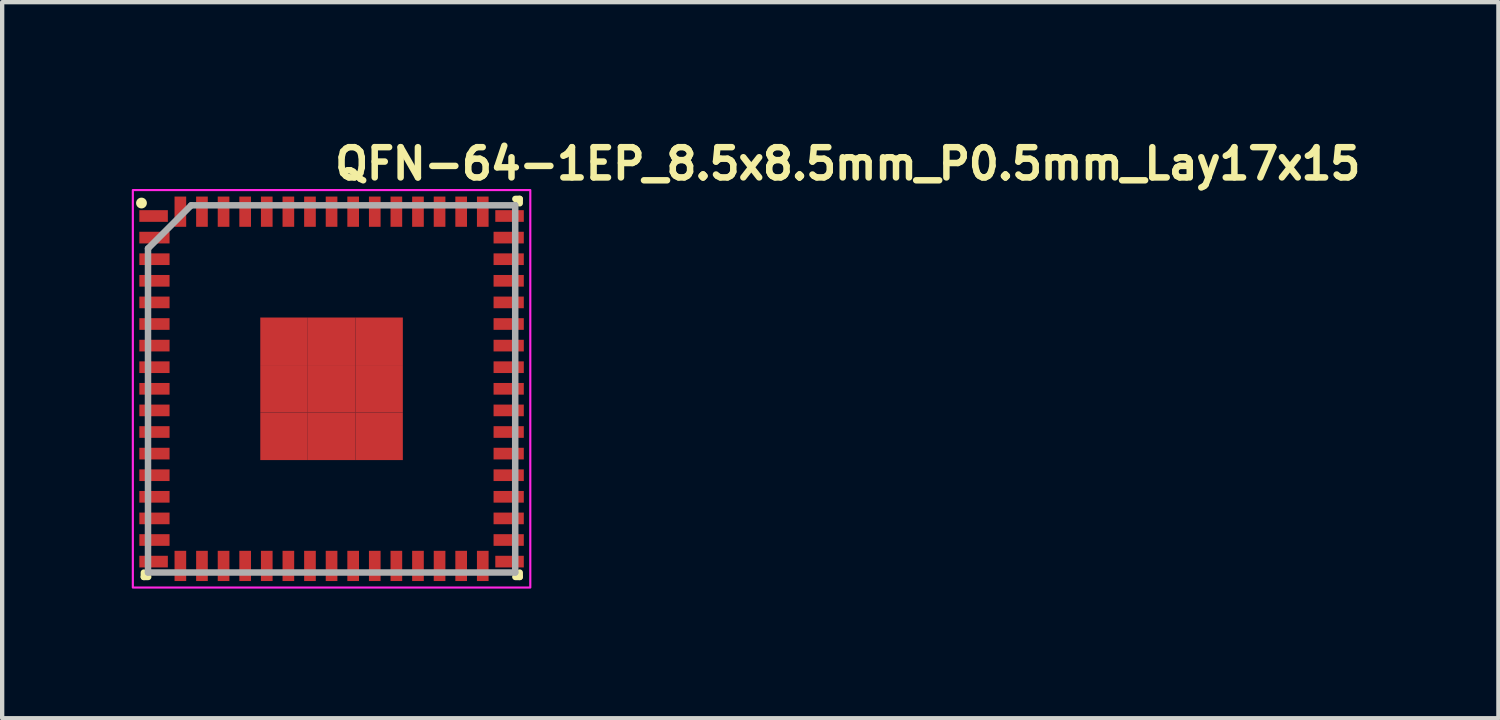
<source format=kicad_pcb>
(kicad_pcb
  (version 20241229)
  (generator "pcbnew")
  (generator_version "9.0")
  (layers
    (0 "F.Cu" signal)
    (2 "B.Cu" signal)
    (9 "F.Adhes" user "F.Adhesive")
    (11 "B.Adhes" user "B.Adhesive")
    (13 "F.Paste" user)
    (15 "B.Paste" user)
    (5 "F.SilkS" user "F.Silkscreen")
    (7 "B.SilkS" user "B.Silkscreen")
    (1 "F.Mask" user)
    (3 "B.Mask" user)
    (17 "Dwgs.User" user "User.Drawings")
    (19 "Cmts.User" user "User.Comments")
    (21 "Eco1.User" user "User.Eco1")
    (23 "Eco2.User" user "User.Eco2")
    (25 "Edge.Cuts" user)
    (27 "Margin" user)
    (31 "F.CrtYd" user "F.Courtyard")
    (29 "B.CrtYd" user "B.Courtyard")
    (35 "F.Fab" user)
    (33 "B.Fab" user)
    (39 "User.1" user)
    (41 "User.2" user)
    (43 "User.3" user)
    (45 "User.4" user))
  (footprint "QFN-64-1EP_8.5x8.5mm_P0.5mm_Lay17x15"
    (layer "F.Cu")
    (at 4.625 5.95)
    (property "Reference" "QFN-64-1EP_8.5x8.5mm_P0.5mm_Lay17x15" (at 0 -4.8 0) (unlocked yes) (layer "F.SilkS") (effects (font (size 0.7 0.7) (thickness 0.15)) (justify left bottom)))
    (attr smd)
    (fp_line (start -4.345 4.355) (end -4.345 4.255) (stroke (width 0.15) (type solid)) (layer "F.SilkS"))
    (fp_line (start -4.245 4.355) (end -4.345 4.355) (stroke (width 0.15) (type solid)) (layer "F.SilkS"))
    (fp_line (start 4.255 -4.395) (end 4.355 -4.395) (stroke (width 0.15) (type solid)) (layer "F.SilkS"))
    (fp_line (start 4.255 4.355) (end 4.355 4.355) (stroke (width 0.15) (type solid)) (layer "F.SilkS"))
    (fp_line (start 4.355 -4.395) (end 4.355 -4.295) (stroke (width 0.15) (type solid)) (layer "F.SilkS"))
    (fp_line (start 4.355 4.355) (end 4.355 4.255) (stroke (width 0.15) (type solid)) (layer "F.SilkS"))
    (fp_circle (center -4.4 -4.3) (end -4.35 -4.3) (stroke (width 0.15) (type solid)) (fill yes) (layer "F.SilkS"))
    (fp_rect (start -4.6 -4.6) (end 4.6 4.6) (stroke (width 0.05) (type solid)) (fill no) (layer "F.CrtYd"))
    (fp_line (start -4.249 -3.248) (end -4.249 4.252) (stroke (width 0.15) (type solid)) (layer "F.Fab"))
    (fp_line (start -4.249 4.252) (end 4.251 4.252) (stroke (width 0.15) (type solid)) (layer "F.Fab"))
    (fp_line (start -3.249 -4.248) (end -4.249 -3.248) (stroke (width 0.15) (type solid)) (layer "F.Fab"))
    (fp_line (start 4.251 -4.248) (end -3.249 -4.248) (stroke (width 0.15) (type solid)) (layer "F.Fab"))
    (fp_line (start 4.251 4.252) (end 4.251 -4.248) (stroke (width 0.15) (type solid)) (layer "F.Fab"))
    (fp_rect (start -4.25 -4.25) (end 4.25 4.25) (stroke (width 0.1) (type solid)) (fill no) (layer "User.5"))
    (fp_line (start -4.25 -4.125) (end -4.25 -3.875) (stroke (width 0.02) (type solid)) (layer "User.9"))
    (fp_line (start -4.25 -3.875) (end -4.24 -3.875) (stroke (width 0.02) (type solid)) (layer "User.9"))
    (fp_line (start -4.25 -3.625) (end -4.25 -3.375) (stroke (width 0.02) (type solid)) (layer "User.9"))
    (fp_line (start -4.25 -3.375) (end -4.24 -3.375) (stroke (width 0.02) (type solid)) (layer "User.9"))
    (fp_line (start -4.25 -3.125) (end -4.25 -2.875) (stroke (width 0.02) (type solid)) (layer "User.9"))
    (fp_line (start -4.25 -2.875) (end -4.24 -2.875) (stroke (width 0.02) (type solid)) (layer "User.9"))
    (fp_line (start -4.25 -2.625) (end -4.25 -2.375) (stroke (width 0.02) (type solid)) (layer "User.9"))
    (fp_line (start -4.25 -2.375) (end -4.24 -2.375) (stroke (width 0.02) (type solid)) (layer "User.9"))
    (fp_line (start -4.25 -2.125) (end -4.25 -1.875) (stroke (width 0.02) (type solid)) (layer "User.9"))
    (fp_line (start -4.25 -1.875) (end -4.24 -1.875) (stroke (width 0.02) (type solid)) (layer "User.9"))
    (fp_line (start -4.25 -1.625) (end -4.25 -1.375) (stroke (width 0.02) (type solid)) (layer "User.9"))
    (fp_line (start -4.25 -1.375) (end -4.24 -1.375) (stroke (width 0.02) (type solid)) (layer "User.9"))
    (fp_line (start -4.25 -1.125) (end -4.25 -0.875) (stroke (width 0.02) (type solid)) (layer "User.9"))
    (fp_line (start -4.25 -0.875) (end -4.24 -0.875) (stroke (width 0.02) (type solid)) (layer "User.9"))
    (fp_line (start -4.25 -0.625) (end -4.25 -0.375) (stroke (width 0.02) (type solid)) (layer "User.9"))
    (fp_line (start -4.25 -0.375) (end -4.24 -0.375) (stroke (width 0.02) (type solid)) (layer "User.9"))
    (fp_line (start -4.25 -0.125) (end -4.25 0.125) (stroke (width 0.02) (type solid)) (layer "User.9"))
    (fp_line (start -4.25 0.125) (end -4.24 0.125) (stroke (width 0.02) (type solid)) (layer "User.9"))
    (fp_line (start -4.25 0.375) (end -4.25 0.625) (stroke (width 0.02) (type solid)) (layer "User.9"))
    (fp_line (start -4.25 0.625) (end -4.24 0.625) (stroke (width 0.02) (type solid)) (layer "User.9"))
    (fp_line (start -4.25 0.875) (end -4.25 1.125) (stroke (width 0.02) (type solid)) (layer "User.9"))
    (fp_line (start -4.25 1.125) (end -4.24 1.125) (stroke (width 0.02) (type solid)) (layer "User.9"))
    (fp_line (start -4.25 1.375) (end -4.25 1.625) (stroke (width 0.02) (type solid)) (layer "User.9"))
    (fp_line (start -4.25 1.625) (end -4.24 1.625) (stroke (width 0.02) (type solid)) (layer "User.9"))
    (fp_line (start -4.25 1.875) (end -4.25 2.125) (stroke (width 0.02) (type solid)) (layer "User.9"))
    (fp_line (start -4.25 2.125) (end -4.24 2.125) (stroke (width 0.02) (type solid)) (layer "User.9"))
    (fp_line (start -4.25 2.375) (end -4.25 2.625) (stroke (width 0.02) (type solid)) (layer "User.9"))
    (fp_line (start -4.25 2.625) (end -4.24 2.625) (stroke (width 0.02) (type solid)) (layer "User.9"))
    (fp_line (start -4.25 2.875) (end -4.25 3.125) (stroke (width 0.02) (type solid)) (layer "User.9"))
    (fp_line (start -4.25 3.125) (end -4.24 3.125) (stroke (width 0.02) (type solid)) (layer "User.9"))
    (fp_line (start -4.25 3.375) (end -4.25 3.625) (stroke (width 0.02) (type solid)) (layer "User.9"))
    (fp_line (start -4.25 3.625) (end -4.24 3.625) (stroke (width 0.02) (type solid)) (layer "User.9"))
    (fp_line (start -4.25 3.875) (end -4.25 4.125) (stroke (width 0.02) (type solid)) (layer "User.9"))
    (fp_line (start -4.25 4.125) (end -4.24 4.125) (stroke (width 0.02) (type solid)) (layer "User.9"))
    (fp_line (start -4.24 -4.24) (end -4.24 4.24) (stroke (width 0.02) (type solid)) (layer "User.9"))
    (fp_line (start -4.24 -4.24) (end 4.24 -4.24) (stroke (width 0.02) (type solid)) (layer "User.9"))
    (fp_line (start -4.24 -4.125) (end -4.25 -4.125) (stroke (width 0.02) (type solid)) (layer "User.9"))
    (fp_line (start -4.24 -3.625) (end -4.25 -3.625) (stroke (width 0.02) (type solid)) (layer "User.9"))
    (fp_line (start -4.24 -3.125) (end -4.25 -3.125) (stroke (width 0.02) (type solid)) (layer "User.9"))
    (fp_line (start -4.24 -2.625) (end -4.25 -2.625) (stroke (width 0.02) (type solid)) (layer "User.9"))
    (fp_line (start -4.24 -2.125) (end -4.25 -2.125) (stroke (width 0.02) (type solid)) (layer "User.9"))
    (fp_line (start -4.24 -1.625) (end -4.25 -1.625) (stroke (width 0.02) (type solid)) (layer "User.9"))
    (fp_line (start -4.24 -1.125) (end -4.25 -1.125) (stroke (width 0.02) (type solid)) (layer "User.9"))
    (fp_line (start -4.24 -0.625) (end -4.25 -0.625) (stroke (width 0.02) (type solid)) (layer "User.9"))
    (fp_line (start -4.24 -0.125) (end -4.25 -0.125) (stroke (width 0.02) (type solid)) (layer "User.9"))
    (fp_line (start -4.24 0.375) (end -4.25 0.375) (stroke (width 0.02) (type solid)) (layer "User.9"))
    (fp_line (start -4.24 0.875) (end -4.25 0.875) (stroke (width 0.02) (type solid)) (layer "User.9"))
    (fp_line (start -4.24 1.375) (end -4.25 1.375) (stroke (width 0.02) (type solid)) (layer "User.9"))
    (fp_line (start -4.24 1.875) (end -4.25 1.875) (stroke (width 0.02) (type solid)) (layer "User.9"))
    (fp_line (start -4.24 2.375) (end -4.25 2.375) (stroke (width 0.02) (type solid)) (layer "User.9"))
    (fp_line (start -4.24 2.875) (end -4.25 2.875) (stroke (width 0.02) (type solid)) (layer "User.9"))
    (fp_line (start -4.24 3.375) (end -4.25 3.375) (stroke (width 0.02) (type solid)) (layer "User.9"))
    (fp_line (start -4.24 3.875) (end -4.25 3.875) (stroke (width 0.02) (type solid)) (layer "User.9"))
    (fp_line (start -4.24 4.24) (end 4.24 4.24) (stroke (width 0.02) (type solid)) (layer "User.9"))
    (fp_line (start -3.8 -3.563) (end -3.8 -3.55) (stroke (width 0.02) (type solid)) (layer "User.9"))
    (fp_line (start -3.8 -3.55) (end -3.8 -3.537) (stroke (width 0.02) (type solid)) (layer "User.9"))
    (fp_line (start -3.8 -3.537) (end -3.799 -3.524) (stroke (width 0.02) (type solid)) (layer "User.9"))
    (fp_line (start -3.799 -3.576) (end -3.8 -3.563) (stroke (width 0.02) (type solid)) (layer "User.9"))
    (fp_line (start -3.799 -3.524) (end -3.797 -3.512) (stroke (width 0.02) (type solid)) (layer "User.9"))
    (fp_line (start -3.797 -3.588) (end -3.799 -3.576) (stroke (width 0.02) (type solid)) (layer "User.9"))
    (fp_line (start -3.797 -3.512) (end -3.795 -3.5) (stroke (width 0.02) (type solid)) (layer "User.9"))
    (fp_line (start -3.795 -3.6) (end -3.797 -3.588) (stroke (width 0.02) (type solid)) (layer "User.9"))
    (fp_line (start -3.795 -3.5) (end -3.792 -3.488) (stroke (width 0.02) (type solid)) (layer "User.9"))
    (fp_line (start -3.792 -3.612) (end -3.795 -3.6) (stroke (width 0.02) (type solid)) (layer "User.9"))
    (fp_line (start -3.792 -3.488) (end -3.789 -3.476) (stroke (width 0.02) (type solid)) (layer "User.9"))
    (fp_line (start -3.789 -3.624) (end -3.792 -3.612) (stroke (width 0.02) (type solid)) (layer "User.9"))
    (fp_line (start -3.789 -3.476) (end -3.785 -3.464) (stroke (width 0.02) (type solid)) (layer "User.9"))
    (fp_line (start -3.785 -3.636) (end -3.789 -3.624) (stroke (width 0.02) (type solid)) (layer "User.9"))
    (fp_line (start -3.785 -3.464) (end -3.78 -3.453) (stroke (width 0.02) (type solid)) (layer "User.9"))
    (fp_line (start -3.78 -3.647) (end -3.785 -3.636) (stroke (width 0.02) (type solid)) (layer "User.9"))
    (fp_line (start -3.78 -3.453) (end -3.775 -3.442) (stroke (width 0.02) (type solid)) (layer "User.9"))
    (fp_line (start -3.775 -3.658) (end -3.78 -3.647) (stroke (width 0.02) (type solid)) (layer "User.9"))
    (fp_line (start -3.775 -3.442) (end -3.77 -3.431) (stroke (width 0.02) (type solid)) (layer "User.9"))
    (fp_line (start -3.77 -3.669) (end -3.775 -3.658) (stroke (width 0.02) (type solid)) (layer "User.9"))
    (fp_line (start -3.77 -3.431) (end -3.764 -3.42) (stroke (width 0.02) (type solid)) (layer "User.9"))
    (fp_line (start -3.764 -3.68) (end -3.77 -3.669) (stroke (width 0.02) (type solid)) (layer "User.9"))
    (fp_line (start -3.764 -3.42) (end -3.757 -3.41) (stroke (width 0.02) (type solid)) (layer "User.9"))
    (fp_line (start -3.757 -3.69) (end -3.764 -3.68) (stroke (width 0.02) (type solid)) (layer "User.9"))
    (fp_line (start -3.757 -3.41) (end -3.75 -3.4) (stroke (width 0.02) (type solid)) (layer "User.9"))
    (fp_line (start -3.75 -3.7) (end -3.757 -3.69) (stroke (width 0.02) (type solid)) (layer "User.9"))
    (fp_line (start -3.75 -3.4) (end -3.743 -3.391) (stroke (width 0.02) (type solid)) (layer "User.9"))
    (fp_line (start -3.743 -3.709) (end -3.75 -3.7) (stroke (width 0.02) (type solid)) (layer "User.9"))
    (fp_line (start -3.743 -3.391) (end -3.735 -3.382) (stroke (width 0.02) (type solid)) (layer "User.9"))
    (fp_line (start -3.735 -3.718) (end -3.743 -3.709) (stroke (width 0.02) (type solid)) (layer "User.9"))
    (fp_line (start -3.735 -3.382) (end -3.727 -3.373) (stroke (width 0.02) (type solid)) (layer "User.9"))
    (fp_line (start -3.727 -3.727) (end -3.735 -3.718) (stroke (width 0.02) (type solid)) (layer "User.9"))
    (fp_line (start -3.727 -3.373) (end -3.718 -3.365) (stroke (width 0.02) (type solid)) (layer "User.9"))
    (fp_line (start -3.718 -3.735) (end -3.727 -3.727) (stroke (width 0.02) (type solid)) (layer "User.9"))
    (fp_line (start -3.718 -3.365) (end -3.709 -3.357) (stroke (width 0.02) (type solid)) (layer "User.9"))
    (fp_line (start -3.709 -3.743) (end -3.718 -3.735) (stroke (width 0.02) (type solid)) (layer "User.9"))
    (fp_line (start -3.709 -3.357) (end -3.7 -3.35) (stroke (width 0.02) (type solid)) (layer "User.9"))
    (fp_line (start -3.7 -3.75) (end -3.709 -3.743) (stroke (width 0.02) (type solid)) (layer "User.9"))
    (fp_line (start -3.7 -3.35) (end -3.69 -3.343) (stroke (width 0.02) (type solid)) (layer "User.9"))
    (fp_line (start -3.69 -3.757) (end -3.7 -3.75) (stroke (width 0.02) (type solid)) (layer "User.9"))
    (fp_line (start -3.69 -3.343) (end -3.68 -3.336) (stroke (width 0.02) (type solid)) (layer "User.9"))
    (fp_line (start -3.68 -3.764) (end -3.69 -3.757) (stroke (width 0.02) (type solid)) (layer "User.9"))
    (fp_line (start -3.68 -3.336) (end -3.669 -3.33) (stroke (width 0.02) (type solid)) (layer "User.9"))
    (fp_line (start -3.669 -3.77) (end -3.68 -3.764) (stroke (width 0.02) (type solid)) (layer "User.9"))
    (fp_line (start -3.669 -3.33) (end -3.658 -3.325) (stroke (width 0.02) (type solid)) (layer "User.9"))
    (fp_line (start -3.658 -3.775) (end -3.669 -3.77) (stroke (width 0.02) (type solid)) (layer "User.9"))
    (fp_line (start -3.658 -3.325) (end -3.647 -3.32) (stroke (width 0.02) (type solid)) (layer "User.9"))
    (fp_line (start -3.647 -3.78) (end -3.658 -3.775) (stroke (width 0.02) (type solid)) (layer "User.9"))
    (fp_line (start -3.647 -3.32) (end -3.636 -3.315) (stroke (width 0.02) (type solid)) (layer "User.9"))
    (fp_line (start -3.636 -3.785) (end -3.647 -3.78) (stroke (width 0.02) (type solid)) (layer "User.9"))
    (fp_line (start -3.636 -3.315) (end -3.624 -3.311) (stroke (width 0.02) (type solid)) (layer "User.9"))
    (fp_line (start -3.625 -4.25) (end -3.625 -4.24) (stroke (width 0.02) (type solid)) (layer "User.9"))
    (fp_line (start -3.625 4.24) (end -3.625 4.25) (stroke (width 0.02) (type solid)) (layer "User.9"))
    (fp_line (start -3.625 4.25) (end -3.375 4.25) (stroke (width 0.02) (type solid)) (layer "User.9"))
    (fp_line (start -3.624 -3.789) (end -3.636 -3.785) (stroke (width 0.02) (type solid)) (layer "User.9"))
    (fp_line (start -3.624 -3.311) (end -3.612 -3.308) (stroke (width 0.02) (type solid)) (layer "User.9"))
    (fp_line (start -3.612 -3.792) (end -3.624 -3.789) (stroke (width 0.02) (type solid)) (layer "User.9"))
    (fp_line (start -3.612 -3.308) (end -3.6 -3.305) (stroke (width 0.02) (type solid)) (layer "User.9"))
    (fp_line (start -3.6 -3.795) (end -3.612 -3.792) (stroke (width 0.02) (type solid)) (layer "User.9"))
    (fp_line (start -3.6 -3.305) (end -3.588 -3.303) (stroke (width 0.02) (type solid)) (layer "User.9"))
    (fp_line (start -3.588 -3.797) (end -3.6 -3.795) (stroke (width 0.02) (type solid)) (layer "User.9"))
    (fp_line (start -3.588 -3.303) (end -3.576 -3.301) (stroke (width 0.02) (type solid)) (layer "User.9"))
    (fp_line (start -3.576 -3.799) (end -3.588 -3.797) (stroke (width 0.02) (type solid)) (layer "User.9"))
    (fp_line (start -3.576 -3.301) (end -3.563 -3.3) (stroke (width 0.02) (type solid)) (layer "User.9"))
    (fp_line (start -3.563 -3.8) (end -3.576 -3.799) (stroke (width 0.02) (type solid)) (layer "User.9"))
    (fp_line (start -3.563 -3.3) (end -3.55 -3.3) (stroke (width 0.02) (type solid)) (layer "User.9"))
    (fp_line (start -3.55 -3.8) (end -3.563 -3.8) (stroke (width 0.02) (type solid)) (layer "User.9"))
    (fp_line (start -3.55 -3.3) (end -3.537 -3.3) (stroke (width 0.02) (type solid)) (layer "User.9"))
    (fp_line (start -3.537 -3.8) (end -3.55 -3.8) (stroke (width 0.02) (type solid)) (layer "User.9"))
    (fp_line (start -3.537 -3.3) (end -3.524 -3.301) (stroke (width 0.02) (type solid)) (layer "User.9"))
    (fp_line (start -3.524 -3.799) (end -3.537 -3.8) (stroke (width 0.02) (type solid)) (layer "User.9"))
    (fp_line (start -3.524 -3.301) (end -3.512 -3.303) (stroke (width 0.02) (type solid)) (layer "User.9"))
    (fp_line (start -3.512 -3.797) (end -3.524 -3.799) (stroke (width 0.02) (type solid)) (layer "User.9"))
    (fp_line (start -3.512 -3.303) (end -3.5 -3.305) (stroke (width 0.02) (type solid)) (layer "User.9"))
    (fp_line (start -3.5 -3.795) (end -3.512 -3.797) (stroke (width 0.02) (type solid)) (layer "User.9"))
    (fp_line (start -3.5 -3.305) (end -3.488 -3.308) (stroke (width 0.02) (type solid)) (layer "User.9"))
    (fp_line (start -3.488 -3.792) (end -3.5 -3.795) (stroke (width 0.02) (type solid)) (layer "User.9"))
    (fp_line (start -3.488 -3.308) (end -3.476 -3.311) (stroke (width 0.02) (type solid)) (layer "User.9"))
    (fp_line (start -3.476 -3.789) (end -3.488 -3.792) (stroke (width 0.02) (type solid)) (layer "User.9"))
    (fp_line (start -3.476 -3.311) (end -3.464 -3.315) (stroke (width 0.02) (type solid)) (layer "User.9"))
    (fp_line (start -3.464 -3.785) (end -3.476 -3.789) (stroke (width 0.02) (type solid)) (layer "User.9"))
    (fp_line (start -3.464 -3.315) (end -3.453 -3.32) (stroke (width 0.02) (type solid)) (layer "User.9"))
    (fp_line (start -3.453 -3.78) (end -3.464 -3.785) (stroke (width 0.02) (type solid)) (layer "User.9"))
    (fp_line (start -3.453 -3.32) (end -3.442 -3.325) (stroke (width 0.02) (type solid)) (layer "User.9"))
    (fp_line (start -3.442 -3.775) (end -3.453 -3.78) (stroke (width 0.02) (type solid)) (layer "User.9"))
    (fp_line (start -3.442 -3.325) (end -3.431 -3.33) (stroke (width 0.02) (type solid)) (layer "User.9"))
    (fp_line (start -3.431 -3.77) (end -3.442 -3.775) (stroke (width 0.02) (type solid)) (layer "User.9"))
    (fp_line (start -3.431 -3.33) (end -3.42 -3.336) (stroke (width 0.02) (type solid)) (layer "User.9"))
    (fp_line (start -3.42 -3.764) (end -3.431 -3.77) (stroke (width 0.02) (type solid)) (layer "User.9"))
    (fp_line (start -3.42 -3.336) (end -3.41 -3.343) (stroke (width 0.02) (type solid)) (layer "User.9"))
    (fp_line (start -3.41 -3.757) (end -3.42 -3.764) (stroke (width 0.02) (type solid)) (layer "User.9"))
    (fp_line (start -3.41 -3.343) (end -3.4 -3.35) (stroke (width 0.02) (type solid)) (layer "User.9"))
    (fp_line (start -3.4 -3.75) (end -3.41 -3.757) (stroke (width 0.02) (type solid)) (layer "User.9"))
    (fp_line (start -3.4 -3.35) (end -3.391 -3.357) (stroke (width 0.02) (type solid)) (layer "User.9"))
    (fp_line (start -3.391 -3.743) (end -3.4 -3.75) (stroke (width 0.02) (type solid)) (layer "User.9"))
    (fp_line (start -3.391 -3.357) (end -3.382 -3.365) (stroke (width 0.02) (type solid)) (layer "User.9"))
    (fp_line (start -3.382 -3.735) (end -3.391 -3.743) (stroke (width 0.02) (type solid)) (layer "User.9"))
    (fp_line (start -3.382 -3.365) (end -3.373 -3.373) (stroke (width 0.02) (type solid)) (layer "User.9"))
    (fp_line (start -3.375 -4.25) (end -3.625 -4.25) (stroke (width 0.02) (type solid)) (layer "User.9"))
    (fp_line (start -3.375 -4.24) (end -3.375 -4.25) (stroke (width 0.02) (type solid)) (layer "User.9"))
    (fp_line (start -3.375 4.25) (end -3.375 4.24) (stroke (width 0.02) (type solid)) (layer "User.9"))
    (fp_line (start -3.373 -3.727) (end -3.382 -3.735) (stroke (width 0.02) (type solid)) (layer "User.9"))
    (fp_line (start -3.373 -3.373) (end -3.365 -3.382) (stroke (width 0.02) (type solid)) (layer "User.9"))
    (fp_line (start -3.365 -3.718) (end -3.373 -3.727) (stroke (width 0.02) (type solid)) (layer "User.9"))
    (fp_line (start -3.365 -3.382) (end -3.357 -3.391) (stroke (width 0.02) (type solid)) (layer "User.9"))
    (fp_line (start -3.357 -3.709) (end -3.365 -3.718) (stroke (width 0.02) (type solid)) (layer "User.9"))
    (fp_line (start -3.357 -3.391) (end -3.35 -3.4) (stroke (width 0.02) (type solid)) (layer "User.9"))
    (fp_line (start -3.35 -3.7) (end -3.357 -3.709) (stroke (width 0.02) (type solid)) (layer "User.9"))
    (fp_line (start -3.35 -3.4) (end -3.343 -3.41) (stroke (width 0.02) (type solid)) (layer "User.9"))
    (fp_line (start -3.343 -3.69) (end -3.35 -3.7) (stroke (width 0.02) (type solid)) (layer "User.9"))
    (fp_line (start -3.343 -3.41) (end -3.336 -3.42) (stroke (width 0.02) (type solid)) (layer "User.9"))
    (fp_line (start -3.336 -3.68) (end -3.343 -3.69) (stroke (width 0.02) (type solid)) (layer "User.9"))
    (fp_line (start -3.336 -3.42) (end -3.33 -3.431) (stroke (width 0.02) (type solid)) (layer "User.9"))
    (fp_line (start -3.33 -3.669) (end -3.336 -3.68) (stroke (width 0.02) (type solid)) (layer "User.9"))
    (fp_line (start -3.33 -3.431) (end -3.325 -3.442) (stroke (width 0.02) (type solid)) (layer "User.9"))
    (fp_line (start -3.325 -3.658) (end -3.33 -3.669) (stroke (width 0.02) (type solid)) (layer "User.9"))
    (fp_line (start -3.325 -3.442) (end -3.32 -3.453) (stroke (width 0.02) (type solid)) (layer "User.9"))
    (fp_line (start -3.32 -3.647) (end -3.325 -3.658) (stroke (width 0.02) (type solid)) (layer "User.9"))
    (fp_line (start -3.32 -3.453) (end -3.315 -3.464) (stroke (width 0.02) (type solid)) (layer "User.9"))
    (fp_line (start -3.315 -3.636) (end -3.32 -3.647) (stroke (width 0.02) (type solid)) (layer "User.9"))
    (fp_line (start -3.315 -3.464) (end -3.311 -3.476) (stroke (width 0.02) (type solid)) (layer "User.9"))
    (fp_line (start -3.311 -3.624) (end -3.315 -3.636) (stroke (width 0.02) (type solid)) (layer "User.9"))
    (fp_line (start -3.311 -3.476) (end -3.308 -3.488) (stroke (width 0.02) (type solid)) (layer "User.9"))
    (fp_line (start -3.308 -3.612) (end -3.311 -3.624) (stroke (width 0.02) (type solid)) (layer "User.9"))
    (fp_line (start -3.308 -3.488) (end -3.305 -3.5) (stroke (width 0.02) (type solid)) (layer "User.9"))
    (fp_line (start -3.305 -3.6) (end -3.308 -3.612) (stroke (width 0.02) (type solid)) (layer "User.9"))
    (fp_line (start -3.305 -3.5) (end -3.303 -3.512) (stroke (width 0.02) (type solid)) (layer "User.9"))
    (fp_line (start -3.303 -3.588) (end -3.305 -3.6) (stroke (width 0.02) (type solid)) (layer "User.9"))
    (fp_line (start -3.303 -3.512) (end -3.301 -3.524) (stroke (width 0.02) (type solid)) (layer "User.9"))
    (fp_line (start -3.301 -3.576) (end -3.303 -3.588) (stroke (width 0.02) (type solid)) (layer "User.9"))
    (fp_line (start -3.301 -3.524) (end -3.3 -3.537) (stroke (width 0.02) (type solid)) (layer "User.9"))
    (fp_line (start -3.3 -3.563) (end -3.301 -3.576) (stroke (width 0.02) (type solid)) (layer "User.9"))
    (fp_line (start -3.3 -3.55) (end -3.3 -3.563) (stroke (width 0.02) (type solid)) (layer "User.9"))
    (fp_line (start -3.3 -3.537) (end -3.3 -3.55) (stroke (width 0.02) (type solid)) (layer "User.9"))
    (fp_line (start -3.125 -4.25) (end -3.125 -4.24) (stroke (width 0.02) (type solid)) (layer "User.9"))
    (fp_line (start -3.125 4.24) (end -3.125 4.25) (stroke (width 0.02) (type solid)) (layer "User.9"))
    (fp_line (start -3.125 4.25) (end -2.875 4.25) (stroke (width 0.02) (type solid)) (layer "User.9"))
    (fp_line (start -2.875 -4.25) (end -3.125 -4.25) (stroke (width 0.02) (type solid)) (layer "User.9"))
    (fp_line (start -2.875 -4.24) (end -2.875 -4.25) (stroke (width 0.02) (type solid)) (layer "User.9"))
    (fp_line (start -2.875 4.25) (end -2.875 4.24) (stroke (width 0.02) (type solid)) (layer "User.9"))
    (fp_line (start -2.625 -4.25) (end -2.625 -4.24) (stroke (width 0.02) (type solid)) (layer "User.9"))
    (fp_line (start -2.625 4.24) (end -2.625 4.25) (stroke (width 0.02) (type solid)) (layer "User.9"))
    (fp_line (start -2.625 4.25) (end -2.375 4.25) (stroke (width 0.02) (type solid)) (layer "User.9"))
    (fp_line (start -2.375 -4.25) (end -2.625 -4.25) (stroke (width 0.02) (type solid)) (layer "User.9"))
    (fp_line (start -2.375 -4.24) (end -2.375 -4.25) (stroke (width 0.02) (type solid)) (layer "User.9"))
    (fp_line (start -2.375 4.25) (end -2.375 4.24) (stroke (width 0.02) (type solid)) (layer "User.9"))
    (fp_line (start -2.125 -4.25) (end -2.125 -4.24) (stroke (width 0.02) (type solid)) (layer "User.9"))
    (fp_line (start -2.125 4.24) (end -2.125 4.25) (stroke (width 0.02) (type solid)) (layer "User.9"))
    (fp_line (start -2.125 4.25) (end -1.875 4.25) (stroke (width 0.02) (type solid)) (layer "User.9"))
    (fp_line (start -1.875 -4.25) (end -2.125 -4.25) (stroke (width 0.02) (type solid)) (layer "User.9"))
    (fp_line (start -1.875 -4.24) (end -1.875 -4.25) (stroke (width 0.02) (type solid)) (layer "User.9"))
    (fp_line (start -1.875 4.25) (end -1.875 4.24) (stroke (width 0.02) (type solid)) (layer "User.9"))
    (fp_line (start -1.625 -4.25) (end -1.625 -4.24) (stroke (width 0.02) (type solid)) (layer "User.9"))
    (fp_line (start -1.625 4.24) (end -1.625 4.25) (stroke (width 0.02) (type solid)) (layer "User.9"))
    (fp_line (start -1.625 4.25) (end -1.375 4.25) (stroke (width 0.02) (type solid)) (layer "User.9"))
    (fp_line (start -1.375 -4.25) (end -1.625 -4.25) (stroke (width 0.02) (type solid)) (layer "User.9"))
    (fp_line (start -1.375 -4.24) (end -1.375 -4.25) (stroke (width 0.02) (type solid)) (layer "User.9"))
    (fp_line (start -1.375 4.25) (end -1.375 4.24) (stroke (width 0.02) (type solid)) (layer "User.9"))
    (fp_line (start -1.125 -4.25) (end -1.125 -4.24) (stroke (width 0.02) (type solid)) (layer "User.9"))
    (fp_line (start -1.125 4.24) (end -1.125 4.25) (stroke (width 0.02) (type solid)) (layer "User.9"))
    (fp_line (start -1.125 4.25) (end -0.875 4.25) (stroke (width 0.02) (type solid)) (layer "User.9"))
    (fp_line (start -0.875 -4.25) (end -1.125 -4.25) (stroke (width 0.02) (type solid)) (layer "User.9"))
    (fp_line (start -0.875 -4.24) (end -0.875 -4.25) (stroke (width 0.02) (type solid)) (layer "User.9"))
    (fp_line (start -0.875 4.25) (end -0.875 4.24) (stroke (width 0.02) (type solid)) (layer "User.9"))
    (fp_line (start -0.625 -4.25) (end -0.625 -4.24) (stroke (width 0.02) (type solid)) (layer "User.9"))
    (fp_line (start -0.625 4.24) (end -0.625 4.25) (stroke (width 0.02) (type solid)) (layer "User.9"))
    (fp_line (start -0.625 4.25) (end -0.375 4.25) (stroke (width 0.02) (type solid)) (layer "User.9"))
    (fp_line (start -0.375 -4.25) (end -0.625 -4.25) (stroke (width 0.02) (type solid)) (layer "User.9"))
    (fp_line (start -0.375 -4.24) (end -0.375 -4.25) (stroke (width 0.02) (type solid)) (layer "User.9"))
    (fp_line (start -0.375 4.25) (end -0.375 4.24) (stroke (width 0.02) (type solid)) (layer "User.9"))
    (fp_line (start -0.125 -4.25) (end -0.125 -4.24) (stroke (width 0.02) (type solid)) (layer "User.9"))
    (fp_line (start -0.125 4.24) (end -0.125 4.25) (stroke (width 0.02) (type solid)) (layer "User.9"))
    (fp_line (start -0.125 4.25) (end 0.125 4.25) (stroke (width 0.02) (type solid)) (layer "User.9"))
    (fp_line (start 0.125 -4.25) (end -0.125 -4.25) (stroke (width 0.02) (type solid)) (layer "User.9"))
    (fp_line (start 0.125 -4.24) (end 0.125 -4.25) (stroke (width 0.02) (type solid)) (layer "User.9"))
    (fp_line (start 0.125 4.25) (end 0.125 4.24) (stroke (width 0.02) (type solid)) (layer "User.9"))
    (fp_line (start 0.375 -4.25) (end 0.375 -4.24) (stroke (width 0.02) (type solid)) (layer "User.9"))
    (fp_line (start 0.375 4.24) (end 0.375 4.25) (stroke (width 0.02) (type solid)) (layer "User.9"))
    (fp_line (start 0.375 4.25) (end 0.625 4.25) (stroke (width 0.02) (type solid)) (layer "User.9"))
    (fp_line (start 0.625 -4.25) (end 0.375 -4.25) (stroke (width 0.02) (type solid)) (layer "User.9"))
    (fp_line (start 0.625 -4.24) (end 0.625 -4.25) (stroke (width 0.02) (type solid)) (layer "User.9"))
    (fp_line (start 0.625 4.25) (end 0.625 4.24) (stroke (width 0.02) (type solid)) (layer "User.9"))
    (fp_line (start 0.875 -4.25) (end 0.875 -4.24) (stroke (width 0.02) (type solid)) (layer "User.9"))
    (fp_line (start 0.875 4.24) (end 0.875 4.25) (stroke (width 0.02) (type solid)) (layer "User.9"))
    (fp_line (start 0.875 4.25) (end 1.125 4.25) (stroke (width 0.02) (type solid)) (layer "User.9"))
    (fp_line (start 1.125 -4.25) (end 0.875 -4.25) (stroke (width 0.02) (type solid)) (layer "User.9"))
    (fp_line (start 1.125 -4.24) (end 1.125 -4.25) (stroke (width 0.02) (type solid)) (layer "User.9"))
    (fp_line (start 1.125 4.25) (end 1.125 4.24) (stroke (width 0.02) (type solid)) (layer "User.9"))
    (fp_line (start 1.375 -4.25) (end 1.375 -4.24) (stroke (width 0.02) (type solid)) (layer "User.9"))
    (fp_line (start 1.375 4.24) (end 1.375 4.25) (stroke (width 0.02) (type solid)) (layer "User.9"))
    (fp_line (start 1.375 4.25) (end 1.625 4.25) (stroke (width 0.02) (type solid)) (layer "User.9"))
    (fp_line (start 1.625 -4.25) (end 1.375 -4.25) (stroke (width 0.02) (type solid)) (layer "User.9"))
    (fp_line (start 1.625 -4.24) (end 1.625 -4.25) (stroke (width 0.02) (type solid)) (layer "User.9"))
    (fp_line (start 1.625 4.25) (end 1.625 4.24) (stroke (width 0.02) (type solid)) (layer "User.9"))
    (fp_line (start 1.875 -4.25) (end 1.875 -4.24) (stroke (width 0.02) (type solid)) (layer "User.9"))
    (fp_line (start 1.875 4.24) (end 1.875 4.25) (stroke (width 0.02) (type solid)) (layer "User.9"))
    (fp_line (start 1.875 4.25) (end 2.125 4.25) (stroke (width 0.02) (type solid)) (layer "User.9"))
    (fp_line (start 2.125 -4.25) (end 1.875 -4.25) (stroke (width 0.02) (type solid)) (layer "User.9"))
    (fp_line (start 2.125 -4.24) (end 2.125 -4.25) (stroke (width 0.02) (type solid)) (layer "User.9"))
    (fp_line (start 2.125 4.25) (end 2.125 4.24) (stroke (width 0.02) (type solid)) (layer "User.9"))
    (fp_line (start 2.375 -4.25) (end 2.375 -4.24) (stroke (width 0.02) (type solid)) (layer "User.9"))
    (fp_line (start 2.375 4.24) (end 2.375 4.25) (stroke (width 0.02) (type solid)) (layer "User.9"))
    (fp_line (start 2.375 4.25) (end 2.625 4.25) (stroke (width 0.02) (type solid)) (layer "User.9"))
    (fp_line (start 2.625 -4.25) (end 2.375 -4.25) (stroke (width 0.02) (type solid)) (layer "User.9"))
    (fp_line (start 2.625 -4.24) (end 2.625 -4.25) (stroke (width 0.02) (type solid)) (layer "User.9"))
    (fp_line (start 2.625 4.25) (end 2.625 4.24) (stroke (width 0.02) (type solid)) (layer "User.9"))
    (fp_line (start 2.875 -4.25) (end 2.875 -4.24) (stroke (width 0.02) (type solid)) (layer "User.9"))
    (fp_line (start 2.875 4.24) (end 2.875 4.25) (stroke (width 0.02) (type solid)) (layer "User.9"))
    (fp_line (start 2.875 4.25) (end 3.125 4.25) (stroke (width 0.02) (type solid)) (layer "User.9"))
    (fp_line (start 3.125 -4.25) (end 2.875 -4.25) (stroke (width 0.02) (type solid)) (layer "User.9"))
    (fp_line (start 3.125 -4.24) (end 3.125 -4.25) (stroke (width 0.02) (type solid)) (layer "User.9"))
    (fp_line (start 3.125 4.25) (end 3.125 4.24) (stroke (width 0.02) (type solid)) (layer "User.9"))
    (fp_line (start 3.375 -4.25) (end 3.375 -4.24) (stroke (width 0.02) (type solid)) (layer "User.9"))
    (fp_line (start 3.375 4.24) (end 3.375 4.25) (stroke (width 0.02) (type solid)) (layer "User.9"))
    (fp_line (start 3.375 4.25) (end 3.625 4.25) (stroke (width 0.02) (type solid)) (layer "User.9"))
    (fp_line (start 3.625 -4.25) (end 3.375 -4.25) (stroke (width 0.02) (type solid)) (layer "User.9"))
    (fp_line (start 3.625 -4.24) (end 3.625 -4.25) (stroke (width 0.02) (type solid)) (layer "User.9"))
    (fp_line (start 3.625 4.25) (end 3.625 4.24) (stroke (width 0.02) (type solid)) (layer "User.9"))
    (fp_line (start 4.24 -4.24) (end 4.24 4.24) (stroke (width 0.02) (type solid)) (layer "User.9"))
    (fp_line (start 4.24 -3.875) (end 4.25 -3.875) (stroke (width 0.02) (type solid)) (layer "User.9"))
    (fp_line (start 4.24 -3.375) (end 4.25 -3.375) (stroke (width 0.02) (type solid)) (layer "User.9"))
    (fp_line (start 4.24 -2.875) (end 4.25 -2.875) (stroke (width 0.02) (type solid)) (layer "User.9"))
    (fp_line (start 4.24 -2.375) (end 4.25 -2.375) (stroke (width 0.02) (type solid)) (layer "User.9"))
    (fp_line (start 4.24 -1.875) (end 4.25 -1.875) (stroke (width 0.02) (type solid)) (layer "User.9"))
    (fp_line (start 4.24 -1.375) (end 4.25 -1.375) (stroke (width 0.02) (type solid)) (layer "User.9"))
    (fp_line (start 4.24 -0.875) (end 4.25 -0.875) (stroke (width 0.02) (type solid)) (layer "User.9"))
    (fp_line (start 4.24 -0.375) (end 4.25 -0.375) (stroke (width 0.02) (type solid)) (layer "User.9"))
    (fp_line (start 4.24 0.125) (end 4.25 0.125) (stroke (width 0.02) (type solid)) (layer "User.9"))
    (fp_line (start 4.24 0.625) (end 4.25 0.625) (stroke (width 0.02) (type solid)) (layer "User.9"))
    (fp_line (start 4.24 1.125) (end 4.25 1.125) (stroke (width 0.02) (type solid)) (layer "User.9"))
    (fp_line (start 4.24 1.625) (end 4.25 1.625) (stroke (width 0.02) (type solid)) (layer "User.9"))
    (fp_line (start 4.24 2.125) (end 4.25 2.125) (stroke (width 0.02) (type solid)) (layer "User.9"))
    (fp_line (start 4.24 2.625) (end 4.25 2.625) (stroke (width 0.02) (type solid)) (layer "User.9"))
    (fp_line (start 4.24 3.125) (end 4.25 3.125) (stroke (width 0.02) (type solid)) (layer "User.9"))
    (fp_line (start 4.24 3.625) (end 4.25 3.625) (stroke (width 0.02) (type solid)) (layer "User.9"))
    (fp_line (start 4.24 4.125) (end 4.25 4.125) (stroke (width 0.02) (type solid)) (layer "User.9"))
    (fp_line (start 4.25 -4.125) (end 4.24 -4.125) (stroke (width 0.02) (type solid)) (layer "User.9"))
    (fp_line (start 4.25 -3.875) (end 4.25 -4.125) (stroke (width 0.02) (type solid)) (layer "User.9"))
    (fp_line (start 4.25 -3.625) (end 4.24 -3.625) (stroke (width 0.02) (type solid)) (layer "User.9"))
    (fp_line (start 4.25 -3.375) (end 4.25 -3.625) (stroke (width 0.02) (type solid)) (layer "User.9"))
    (fp_line (start 4.25 -3.125) (end 4.24 -3.125) (stroke (width 0.02) (type solid)) (layer "User.9"))
    (fp_line (start 4.25 -2.875) (end 4.25 -3.125) (stroke (width 0.02) (type solid)) (layer "User.9"))
    (fp_line (start 4.25 -2.625) (end 4.24 -2.625) (stroke (width 0.02) (type solid)) (layer "User.9"))
    (fp_line (start 4.25 -2.375) (end 4.25 -2.625) (stroke (width 0.02) (type solid)) (layer "User.9"))
    (fp_line (start 4.25 -2.125) (end 4.24 -2.125) (stroke (width 0.02) (type solid)) (layer "User.9"))
    (fp_line (start 4.25 -1.875) (end 4.25 -2.125) (stroke (width 0.02) (type solid)) (layer "User.9"))
    (fp_line (start 4.25 -1.625) (end 4.24 -1.625) (stroke (width 0.02) (type solid)) (layer "User.9"))
    (fp_line (start 4.25 -1.375) (end 4.25 -1.625) (stroke (width 0.02) (type solid)) (layer "User.9"))
    (fp_line (start 4.25 -1.125) (end 4.24 -1.125) (stroke (width 0.02) (type solid)) (layer "User.9"))
    (fp_line (start 4.25 -0.875) (end 4.25 -1.125) (stroke (width 0.02) (type solid)) (layer "User.9"))
    (fp_line (start 4.25 -0.625) (end 4.24 -0.625) (stroke (width 0.02) (type solid)) (layer "User.9"))
    (fp_line (start 4.25 -0.375) (end 4.25 -0.625) (stroke (width 0.02) (type solid)) (layer "User.9"))
    (fp_line (start 4.25 -0.125) (end 4.24 -0.125) (stroke (width 0.02) (type solid)) (layer "User.9"))
    (fp_line (start 4.25 0.125) (end 4.25 -0.125) (stroke (width 0.02) (type solid)) (layer "User.9"))
    (fp_line (start 4.25 0.375) (end 4.24 0.375) (stroke (width 0.02) (type solid)) (layer "User.9"))
    (fp_line (start 4.25 0.625) (end 4.25 0.375) (stroke (width 0.02) (type solid)) (layer "User.9"))
    (fp_line (start 4.25 0.875) (end 4.24 0.875) (stroke (width 0.02) (type solid)) (layer "User.9"))
    (fp_line (start 4.25 1.125) (end 4.25 0.875) (stroke (width 0.02) (type solid)) (layer "User.9"))
    (fp_line (start 4.25 1.375) (end 4.24 1.375) (stroke (width 0.02) (type solid)) (layer "User.9"))
    (fp_line (start 4.25 1.625) (end 4.25 1.375) (stroke (width 0.02) (type solid)) (layer "User.9"))
    (fp_line (start 4.25 1.875) (end 4.24 1.875) (stroke (width 0.02) (type solid)) (layer "User.9"))
    (fp_line (start 4.25 2.125) (end 4.25 1.875) (stroke (width 0.02) (type solid)) (layer "User.9"))
    (fp_line (start 4.25 2.375) (end 4.24 2.375) (stroke (width 0.02) (type solid)) (layer "User.9"))
    (fp_line (start 4.25 2.625) (end 4.25 2.375) (stroke (width 0.02) (type solid)) (layer "User.9"))
    (fp_line (start 4.25 2.875) (end 4.24 2.875) (stroke (width 0.02) (type solid)) (layer "User.9"))
    (fp_line (start 4.25 3.125) (end 4.25 2.875) (stroke (width 0.02) (type solid)) (layer "User.9"))
    (fp_line (start 4.25 3.375) (end 4.24 3.375) (stroke (width 0.02) (type solid)) (layer "User.9"))
    (fp_line (start 4.25 3.625) (end 4.25 3.375) (stroke (width 0.02) (type solid)) (layer "User.9"))
    (fp_line (start 4.25 3.875) (end 4.24 3.875) (stroke (width 0.02) (type solid)) (layer "User.9"))
    (fp_line (start 4.25 4.125) (end 4.25 3.875) (stroke (width 0.02) (type solid)) (layer "User.9"))
    (pad "1" smd rect (at -4.12 -4 90) (size 0.27 0.66) (layers "F.Cu" "F.Mask" "F.Paste"))
    (pad "2" smd rect (at -4.1 -3.5 90) (size 0.27 0.7) (layers "F.Cu" "F.Mask" "F.Paste"))
    (pad "3" smd rect (at -4.1 -3 90) (size 0.27 0.7) (layers "F.Cu" "F.Mask" "F.Paste"))
    (pad "4" smd rect (at -4.1 -2.5 90) (size 0.27 0.7) (layers "F.Cu" "F.Mask" "F.Paste"))
    (pad "5" smd rect (at -4.1 -2 90) (size 0.27 0.7) (layers "F.Cu" "F.Mask" "F.Paste"))
    (pad "6" smd rect (at -4.1 -1.5 90) (size 0.27 0.7) (layers "F.Cu" "F.Mask" "F.Paste"))
    (pad "7" smd rect (at -4.1 -1 90) (size 0.27 0.7) (layers "F.Cu" "F.Mask" "F.Paste"))
    (pad "8" smd rect (at -4.1 -0.5 90) (size 0.27 0.7) (layers "F.Cu" "F.Mask" "F.Paste"))
    (pad "9" smd rect (at -4.1 0 90) (size 0.27 0.7) (layers "F.Cu" "F.Mask" "F.Paste"))
    (pad "10" smd rect (at -4.1 0.5 90) (size 0.27 0.7) (layers "F.Cu" "F.Mask" "F.Paste"))
    (pad "11" smd rect (at -4.1 1 90) (size 0.27 0.7) (layers "F.Cu" "F.Mask" "F.Paste"))
    (pad "12" smd rect (at -4.1 1.5 90) (size 0.27 0.7) (layers "F.Cu" "F.Mask" "F.Paste"))
    (pad "13" smd rect (at -4.1 2 90) (size 0.27 0.7) (layers "F.Cu" "F.Mask" "F.Paste"))
    (pad "14" smd rect (at -4.1 2.5 90) (size 0.27 0.7) (layers "F.Cu" "F.Mask" "F.Paste"))
    (pad "15" smd rect (at -4.1 3 90) (size 0.27 0.7) (layers "F.Cu" "F.Mask" "F.Paste"))
    (pad "16" smd rect (at -4.1 3.5 90) (size 0.27 0.7) (layers "F.Cu" "F.Mask" "F.Paste"))
    (pad "17" smd rect (at -4.12 4 90) (size 0.27 0.66) (layers "F.Cu" "F.Mask" "F.Paste"))
    (pad "18" smd rect (at -3.5 4.1) (size 0.27 0.7) (layers "F.Cu" "F.Mask" "F.Paste"))
    (pad "19" smd rect (at -3 4.1) (size 0.27 0.7) (layers "F.Cu" "F.Mask" "F.Paste"))
    (pad "20" smd rect (at -2.5 4.1) (size 0.27 0.7) (layers "F.Cu" "F.Mask" "F.Paste"))
    (pad "21" smd rect (at -2 4.1) (size 0.27 0.7) (layers "F.Cu" "F.Mask" "F.Paste"))
    (pad "22" smd rect (at -1.5 4.1) (size 0.27 0.7) (layers "F.Cu" "F.Mask" "F.Paste"))
    (pad "23" smd rect (at -1 4.1) (size 0.27 0.7) (layers "F.Cu" "F.Mask" "F.Paste"))
    (pad "24" smd rect (at -0.5 4.1) (size 0.27 0.7) (layers "F.Cu" "F.Mask" "F.Paste"))
    (pad "25" smd rect (at 0 4.1) (size 0.27 0.7) (layers "F.Cu" "F.Mask" "F.Paste"))
    (pad "26" smd rect (at 0.5 4.1) (size 0.27 0.7) (layers "F.Cu" "F.Mask" "F.Paste"))
    (pad "27" smd rect (at 1 4.1) (size 0.27 0.7) (layers "F.Cu" "F.Mask" "F.Paste"))
    (pad "28" smd rect (at 1.5 4.1) (size 0.27 0.7) (layers "F.Cu" "F.Mask" "F.Paste"))
    (pad "29" smd rect (at 2 4.1) (size 0.27 0.7) (layers "F.Cu" "F.Mask" "F.Paste"))
    (pad "30" smd rect (at 2.5 4.1) (size 0.27 0.7) (layers "F.Cu" "F.Mask" "F.Paste"))
    (pad "31" smd rect (at 3 4.1) (size 0.27 0.7) (layers "F.Cu" "F.Mask" "F.Paste"))
    (pad "32" smd rect (at 3.5 4.1) (size 0.27 0.7) (layers "F.Cu" "F.Mask" "F.Paste"))
    (pad "33" smd rect (at 4.12 4 90) (size 0.27 0.66) (layers "F.Cu" "F.Mask" "F.Paste"))
    (pad "34" smd rect (at 4.1 3.5 90) (size 0.27 0.7) (layers "F.Cu" "F.Mask" "F.Paste"))
    (pad "35" smd rect (at 4.1 3 90) (size 0.27 0.7) (layers "F.Cu" "F.Mask" "F.Paste"))
    (pad "36" smd rect (at 4.1 2.5 90) (size 0.27 0.7) (layers "F.Cu" "F.Mask" "F.Paste"))
    (pad "37" smd rect (at 4.1 2 90) (size 0.27 0.7) (layers "F.Cu" "F.Mask" "F.Paste"))
    (pad "38" smd rect (at 4.1 1.5 90) (size 0.27 0.7) (layers "F.Cu" "F.Mask" "F.Paste"))
    (pad "39" smd rect (at 4.1 1 90) (size 0.27 0.7) (layers "F.Cu" "F.Mask" "F.Paste"))
    (pad "40" smd rect (at 4.1 0.5 90) (size 0.27 0.7) (layers "F.Cu" "F.Mask" "F.Paste"))
    (pad "41" smd rect (at 4.1 0 90) (size 0.27 0.7) (layers "F.Cu" "F.Mask" "F.Paste"))
    (pad "42" smd rect (at 4.1 -0.5 90) (size 0.27 0.7) (layers "F.Cu" "F.Mask" "F.Paste"))
    (pad "43" smd rect (at 4.1 -1 90) (size 0.27 0.7) (layers "F.Cu" "F.Mask" "F.Paste"))
    (pad "44" smd rect (at 4.1 -1.5 90) (size 0.27 0.7) (layers "F.Cu" "F.Mask" "F.Paste"))
    (pad "45" smd rect (at 4.1 -2 90) (size 0.27 0.7) (layers "F.Cu" "F.Mask" "F.Paste"))
    (pad "46" smd rect (at 4.1 -2.5 90) (size 0.27 0.7) (layers "F.Cu" "F.Mask" "F.Paste"))
    (pad "47" smd rect (at 4.1 -3 90) (size 0.27 0.7) (layers "F.Cu" "F.Mask" "F.Paste"))
    (pad "48" smd rect (at 4.1 -3.5 90) (size 0.27 0.7) (layers "F.Cu" "F.Mask" "F.Paste"))
    (pad "49" smd rect (at 4.12 -4 90) (size 0.27 0.66) (layers "F.Cu" "F.Mask" "F.Paste"))
    (pad "50" smd rect (at 3.5 -4.1) (size 0.27 0.7) (layers "F.Cu" "F.Mask" "F.Paste"))
    (pad "51" smd rect (at 3 -4.1) (size 0.27 0.7) (layers "F.Cu" "F.Mask" "F.Paste"))
    (pad "52" smd rect (at 2.5 -4.1) (size 0.27 0.7) (layers "F.Cu" "F.Mask" "F.Paste"))
    (pad "53" smd rect (at 2 -4.1) (size 0.27 0.7) (layers "F.Cu" "F.Mask" "F.Paste"))
    (pad "54" smd rect (at 1.5 -4.1) (size 0.27 0.7) (layers "F.Cu" "F.Mask" "F.Paste"))
    (pad "55" smd rect (at 1 -4.1) (size 0.27 0.7) (layers "F.Cu" "F.Mask" "F.Paste"))
    (pad "56" smd rect (at 0.5 -4.1) (size 0.27 0.7) (layers "F.Cu" "F.Mask" "F.Paste"))
    (pad "57" smd rect (at 0 -4.1) (size 0.27 0.7) (layers "F.Cu" "F.Mask" "F.Paste"))
    (pad "58" smd rect (at -0.5 -4.1) (size 0.27 0.7) (layers "F.Cu" "F.Mask" "F.Paste"))
    (pad "59" smd rect (at -1 -4.1) (size 0.27 0.7) (layers "F.Cu" "F.Mask" "F.Paste"))
    (pad "60" smd rect (at -1.5 -4.1) (size 0.27 0.7) (layers "F.Cu" "F.Mask" "F.Paste"))
    (pad "61" smd rect (at -2 -4.1) (size 0.27 0.7) (layers "F.Cu" "F.Mask" "F.Paste"))
    (pad "62" smd rect (at -2.5 -4.1) (size 0.27 0.7) (layers "F.Cu" "F.Mask" "F.Paste"))
    (pad "63" smd rect (at -3 -4.1) (size 0.27 0.7) (layers "F.Cu" "F.Mask" "F.Paste"))
    (pad "64" smd rect (at -3.5 -4.1) (size 0.27 0.7) (layers "F.Cu" "F.Mask" "F.Paste"))
    (pad "65" smd rect (at -1.1 -1.1) (size 1.1 1.1) (layers "F.Cu" "F.Mask" "F.Paste"))
    (pad "65" smd rect (at -1.1 0) (size 1.1 1.1) (layers "F.Cu" "F.Mask" "F.Paste"))
    (pad "65" smd rect (at -1.1 1.1) (size 1.1 1.1) (layers "F.Cu" "F.Mask" "F.Paste"))
    (pad "65" smd rect (at 0 -1.1) (size 1.1 1.1) (layers "F.Cu" "F.Mask" "F.Paste"))
    (pad "65" smd rect (at 0 0) (size 1.1 1.1) (layers "F.Cu" "F.Mask" "F.Paste"))
    (pad "65" smd rect (at 0 1.1) (size 1.1 1.1) (layers "F.Cu" "F.Mask" "F.Paste"))
    (pad "65" smd rect (at 1.1 -1.1) (size 1.1 1.1) (layers "F.Cu" "F.Mask" "F.Paste"))
    (pad "65" smd rect (at 1.1 0) (size 1.1 1.1) (layers "F.Cu" "F.Mask" "F.Paste"))
    (pad "65" smd rect (at 1.1 1.1) (size 1.1 1.1) (layers "F.Cu" "F.Mask" "F.Paste")))
  (gr_rect
    (start -3 -3)
    (end 31.635 13.575)
    (stroke (width 0.1) (type default))
    (fill no)
    (layer "Edge.Cuts")))
</source>
